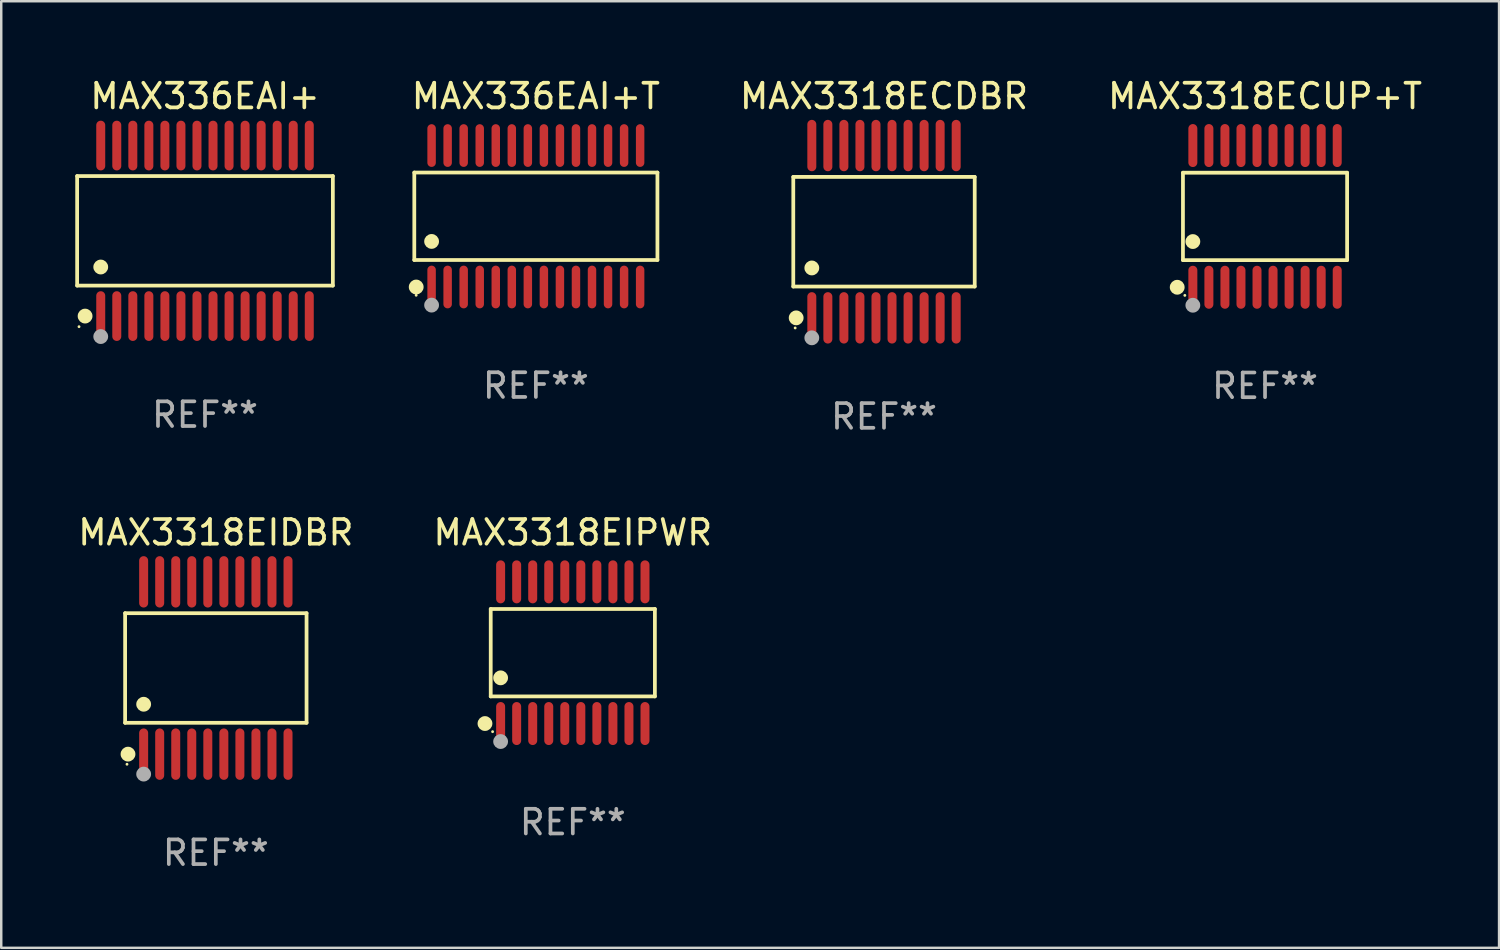
<source format=kicad_pcb>
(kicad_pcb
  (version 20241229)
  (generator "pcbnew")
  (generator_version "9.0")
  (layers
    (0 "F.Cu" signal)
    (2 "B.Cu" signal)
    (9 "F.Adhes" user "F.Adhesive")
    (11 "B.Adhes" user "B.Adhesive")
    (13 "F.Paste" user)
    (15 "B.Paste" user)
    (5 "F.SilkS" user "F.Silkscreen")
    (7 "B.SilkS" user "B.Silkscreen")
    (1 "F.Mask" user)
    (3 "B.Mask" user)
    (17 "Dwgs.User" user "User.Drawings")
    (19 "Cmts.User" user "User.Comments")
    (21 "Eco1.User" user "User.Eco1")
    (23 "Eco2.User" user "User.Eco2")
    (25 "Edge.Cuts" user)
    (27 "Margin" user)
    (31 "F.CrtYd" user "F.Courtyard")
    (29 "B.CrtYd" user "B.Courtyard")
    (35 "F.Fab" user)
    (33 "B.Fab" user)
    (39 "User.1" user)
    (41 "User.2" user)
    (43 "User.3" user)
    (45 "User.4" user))
  (footprint "MAX336EAI+"
    (layer "F.Cu")
    (at 5.257 6.303)
    (property "Reference" "MAX336EAI+" (at 0 -5.455 0) (layer "F.SilkS") (effects (font (size 1 1) (thickness 0.15))))
    (attr through_hole)
    (fp_line (start -5.181 -2.219) (end 5.181 -2.219) (stroke (width 0.152) (type solid)) (layer "F.SilkS"))
    (fp_line (start -5.181 2.219) (end -5.181 -2.219) (stroke (width 0.152) (type solid)) (layer "F.SilkS"))
    (fp_line (start 5.181 -2.219) (end 5.181 2.219) (stroke (width 0.152) (type solid)) (layer "F.SilkS"))
    (fp_line (start 5.181 2.219) (end -5.181 2.219) (stroke (width 0.152) (type solid)) (layer "F.SilkS"))
    (fp_circle (center -5.105 3.885) (end -5.075 3.885) (stroke (width 0.06) (type solid)) (fill no) (layer "F.SilkS"))
    (fp_circle (center -4.859 3.455) (end -4.709 3.455) (stroke (width 0.3) (type solid)) (fill no) (layer "F.SilkS"))
    (fp_circle (center -4.225 1.467) (end -4.075 1.467) (stroke (width 0.3) (type solid)) (fill no) (layer "F.SilkS"))
    (fp_circle (center -4.225 4.285) (end -4.075 4.285) (stroke (width 0.3) (type solid)) (fill no) (layer "F.Fab"))
    (fp_text user "REF**" (at 0 7.455 0) (layer "F.Fab") (effects (font (size 1 1) (thickness 0.15))))
    (pad "1" smd oval (at -4.225 3.455) (size 0.364 2.015) (layers "F.Cu" "F.Mask" "F.Paste"))
    (pad "2" smd oval (at -3.575 3.455) (size 0.364 2.015) (layers "F.Cu" "F.Mask" "F.Paste"))
    (pad "3" smd oval (at -2.925 3.455) (size 0.364 2.015) (layers "F.Cu" "F.Mask" "F.Paste"))
    (pad "4" smd oval (at -2.275 3.455) (size 0.364 2.015) (layers "F.Cu" "F.Mask" "F.Paste"))
    (pad "5" smd oval (at -1.625 3.455) (size 0.364 2.015) (layers "F.Cu" "F.Mask" "F.Paste"))
    (pad "6" smd oval (at -0.975 3.455) (size 0.364 2.015) (layers "F.Cu" "F.Mask" "F.Paste"))
    (pad "7" smd oval (at -0.325 3.455) (size 0.364 2.015) (layers "F.Cu" "F.Mask" "F.Paste"))
    (pad "8" smd oval (at 0.325 3.455) (size 0.364 2.015) (layers "F.Cu" "F.Mask" "F.Paste"))
    (pad "9" smd oval (at 0.975 3.455) (size 0.364 2.015) (layers "F.Cu" "F.Mask" "F.Paste"))
    (pad "10" smd oval (at 1.625 3.455) (size 0.364 2.015) (layers "F.Cu" "F.Mask" "F.Paste"))
    (pad "11" smd oval (at 2.275 3.455) (size 0.364 2.015) (layers "F.Cu" "F.Mask" "F.Paste"))
    (pad "12" smd oval (at 2.925 3.455) (size 0.364 2.015) (layers "F.Cu" "F.Mask" "F.Paste"))
    (pad "13" smd oval (at 3.575 3.455) (size 0.364 2.015) (layers "F.Cu" "F.Mask" "F.Paste"))
    (pad "14" smd oval (at 4.225 3.455) (size 0.364 2.015) (layers "F.Cu" "F.Mask" "F.Paste"))
    (pad "15" smd oval (at 4.225 -3.455) (size 0.364 2.015) (layers "F.Cu" "F.Mask" "F.Paste"))
    (pad "16" smd oval (at 3.575 -3.455) (size 0.364 2.015) (layers "F.Cu" "F.Mask" "F.Paste"))
    (pad "17" smd oval (at 2.925 -3.455) (size 0.364 2.015) (layers "F.Cu" "F.Mask" "F.Paste"))
    (pad "18" smd oval (at 2.275 -3.455) (size 0.364 2.015) (layers "F.Cu" "F.Mask" "F.Paste"))
    (pad "19" smd oval (at 1.625 -3.455) (size 0.364 2.015) (layers "F.Cu" "F.Mask" "F.Paste"))
    (pad "20" smd oval (at 0.975 -3.455) (size 0.364 2.015) (layers "F.Cu" "F.Mask" "F.Paste"))
    (pad "21" smd oval (at 0.325 -3.455) (size 0.364 2.015) (layers "F.Cu" "F.Mask" "F.Paste"))
    (pad "22" smd oval (at -0.325 -3.455) (size 0.364 2.015) (layers "F.Cu" "F.Mask" "F.Paste"))
    (pad "23" smd oval (at -0.975 -3.455) (size 0.364 2.015) (layers "F.Cu" "F.Mask" "F.Paste"))
    (pad "24" smd oval (at -1.625 -3.455) (size 0.364 2.015) (layers "F.Cu" "F.Mask" "F.Paste"))
    (pad "25" smd oval (at -2.275 -3.455) (size 0.364 2.015) (layers "F.Cu" "F.Mask" "F.Paste"))
    (pad "26" smd oval (at -2.925 -3.455) (size 0.364 2.015) (layers "F.Cu" "F.Mask" "F.Paste"))
    (pad "27" smd oval (at -3.575 -3.455) (size 0.364 2.015) (layers "F.Cu" "F.Mask" "F.Paste"))
    (pad "28" smd oval (at -4.225 -3.455) (size 0.364 2.015) (layers "F.Cu" "F.Mask" "F.Paste")))
  (footprint "MAX3318ECDBR"
    (layer "F.Cu")
    (at 32.771 6.339)
    (property "Reference" "MAX3318ECDBR" (at 0 -5.491 0) (layer "F.SilkS") (effects (font (size 1 1) (thickness 0.15))))
    (attr through_hole)
    (fp_line (start -3.676 -2.221) (end 3.676 -2.221) (stroke (width 0.152) (type solid)) (layer "F.SilkS"))
    (fp_line (start -3.676 2.221) (end -3.676 -2.221) (stroke (width 0.152) (type solid)) (layer "F.SilkS"))
    (fp_line (start 3.676 -2.221) (end 3.676 2.221) (stroke (width 0.152) (type solid)) (layer "F.SilkS"))
    (fp_line (start 3.676 2.221) (end -3.676 2.221) (stroke (width 0.152) (type solid)) (layer "F.SilkS"))
    (fp_circle (center -3.6 3.9) (end -3.57 3.9) (stroke (width 0.06) (type solid)) (fill no) (layer "F.SilkS"))
    (fp_circle (center -3.559 3.491) (end -3.409 3.491) (stroke (width 0.3) (type solid)) (fill no) (layer "F.SilkS"))
    (fp_circle (center -2.925 1.469) (end -2.775 1.469) (stroke (width 0.3) (type solid)) (fill no) (layer "F.SilkS"))
    (fp_circle (center -2.925 4.3) (end -2.775 4.3) (stroke (width 0.3) (type solid)) (fill no) (layer "F.Fab"))
    (fp_text user "REF**" (at 0 7.491 0) (layer "F.Fab") (effects (font (size 1 1) (thickness 0.15))))
    (pad "1" smd oval (at -2.925 3.491) (size 0.364 2.082) (layers "F.Cu" "F.Mask" "F.Paste"))
    (pad "2" smd oval (at -2.275 3.491) (size 0.364 2.082) (layers "F.Cu" "F.Mask" "F.Paste"))
    (pad "3" smd oval (at -1.625 3.491) (size 0.364 2.082) (layers "F.Cu" "F.Mask" "F.Paste"))
    (pad "4" smd oval (at -0.975 3.491) (size 0.364 2.082) (layers "F.Cu" "F.Mask" "F.Paste"))
    (pad "5" smd oval (at -0.325 3.491) (size 0.364 2.082) (layers "F.Cu" "F.Mask" "F.Paste"))
    (pad "6" smd oval (at 0.325 3.491) (size 0.364 2.082) (layers "F.Cu" "F.Mask" "F.Paste"))
    (pad "7" smd oval (at 0.975 3.491) (size 0.364 2.082) (layers "F.Cu" "F.Mask" "F.Paste"))
    (pad "8" smd oval (at 1.625 3.491) (size 0.364 2.082) (layers "F.Cu" "F.Mask" "F.Paste"))
    (pad "9" smd oval (at 2.275 3.491) (size 0.364 2.082) (layers "F.Cu" "F.Mask" "F.Paste"))
    (pad "10" smd oval (at 2.925 3.491) (size 0.364 2.082) (layers "F.Cu" "F.Mask" "F.Paste"))
    (pad "11" smd oval (at 2.925 -3.491) (size 0.364 2.082) (layers "F.Cu" "F.Mask" "F.Paste"))
    (pad "12" smd oval (at 2.275 -3.491) (size 0.364 2.082) (layers "F.Cu" "F.Mask" "F.Paste"))
    (pad "13" smd oval (at 1.625 -3.491) (size 0.364 2.082) (layers "F.Cu" "F.Mask" "F.Paste"))
    (pad "14" smd oval (at 0.975 -3.491) (size 0.364 2.082) (layers "F.Cu" "F.Mask" "F.Paste"))
    (pad "15" smd oval (at 0.325 -3.491) (size 0.364 2.082) (layers "F.Cu" "F.Mask" "F.Paste"))
    (pad "16" smd oval (at -0.325 -3.491) (size 0.364 2.082) (layers "F.Cu" "F.Mask" "F.Paste"))
    (pad "17" smd oval (at -0.975 -3.491) (size 0.364 2.082) (layers "F.Cu" "F.Mask" "F.Paste"))
    (pad "18" smd oval (at -1.625 -3.491) (size 0.364 2.082) (layers "F.Cu" "F.Mask" "F.Paste"))
    (pad "19" smd oval (at -2.275 -3.491) (size 0.364 2.082) (layers "F.Cu" "F.Mask" "F.Paste"))
    (pad "20" smd oval (at -2.925 -3.491) (size 0.364 2.082) (layers "F.Cu" "F.Mask" "F.Paste")))
  (footprint "MAX3318ECUP+T"
    (layer "F.Cu")
    (at 48.211 5.719)
    (property "Reference" "MAX3318ECUP+T" (at 0 -4.871 0) (layer "F.SilkS") (effects (font (size 1 1) (thickness 0.15))))
    (attr through_hole)
    (fp_line (start -3.326 -1.771) (end 3.326 -1.771) (stroke (width 0.152) (type solid)) (layer "F.SilkS"))
    (fp_line (start -3.326 1.771) (end -3.326 -1.771) (stroke (width 0.152) (type solid)) (layer "F.SilkS"))
    (fp_line (start 3.326 -1.771) (end 3.326 1.771) (stroke (width 0.152) (type solid)) (layer "F.SilkS"))
    (fp_line (start 3.326 1.771) (end -3.326 1.771) (stroke (width 0.152) (type solid)) (layer "F.SilkS"))
    (fp_circle (center -3.559 2.871) (end -3.409 2.871) (stroke (width 0.3) (type solid)) (fill no) (layer "F.SilkS"))
    (fp_circle (center -3.25 3.2) (end -3.22 3.2) (stroke (width 0.06) (type solid)) (fill no) (layer "F.SilkS"))
    (fp_circle (center -2.925 1.019) (end -2.775 1.019) (stroke (width 0.3) (type solid)) (fill no) (layer "F.SilkS"))
    (fp_circle (center -2.925 3.6) (end -2.775 3.6) (stroke (width 0.3) (type solid)) (fill no) (layer "F.Fab"))
    (fp_text user "REF**" (at 0 6.871 0) (layer "F.Fab") (effects (font (size 1 1) (thickness 0.15))))
    (pad "1" smd oval (at -2.925 2.871) (size 0.364 1.742) (layers "F.Cu" "F.Mask" "F.Paste"))
    (pad "2" smd oval (at -2.275 2.871) (size 0.364 1.742) (layers "F.Cu" "F.Mask" "F.Paste"))
    (pad "3" smd oval (at -1.625 2.871) (size 0.364 1.742) (layers "F.Cu" "F.Mask" "F.Paste"))
    (pad "4" smd oval (at -0.975 2.871) (size 0.364 1.742) (layers "F.Cu" "F.Mask" "F.Paste"))
    (pad "5" smd oval (at -0.325 2.871) (size 0.364 1.742) (layers "F.Cu" "F.Mask" "F.Paste"))
    (pad "6" smd oval (at 0.325 2.871) (size 0.364 1.742) (layers "F.Cu" "F.Mask" "F.Paste"))
    (pad "7" smd oval (at 0.975 2.871) (size 0.364 1.742) (layers "F.Cu" "F.Mask" "F.Paste"))
    (pad "8" smd oval (at 1.625 2.871) (size 0.364 1.742) (layers "F.Cu" "F.Mask" "F.Paste"))
    (pad "9" smd oval (at 2.275 2.871) (size 0.364 1.742) (layers "F.Cu" "F.Mask" "F.Paste"))
    (pad "10" smd oval (at 2.925 2.871) (size 0.364 1.742) (layers "F.Cu" "F.Mask" "F.Paste"))
    (pad "11" smd oval (at 2.925 -2.871) (size 0.364 1.742) (layers "F.Cu" "F.Mask" "F.Paste"))
    (pad "12" smd oval (at 2.275 -2.871) (size 0.364 1.742) (layers "F.Cu" "F.Mask" "F.Paste"))
    (pad "13" smd oval (at 1.625 -2.871) (size 0.364 1.742) (layers "F.Cu" "F.Mask" "F.Paste"))
    (pad "14" smd oval (at 0.975 -2.871) (size 0.364 1.742) (layers "F.Cu" "F.Mask" "F.Paste"))
    (pad "15" smd oval (at 0.325 -2.871) (size 0.364 1.742) (layers "F.Cu" "F.Mask" "F.Paste"))
    (pad "16" smd oval (at -0.325 -2.871) (size 0.364 1.742) (layers "F.Cu" "F.Mask" "F.Paste"))
    (pad "17" smd oval (at -0.975 -2.871) (size 0.364 1.742) (layers "F.Cu" "F.Mask" "F.Paste"))
    (pad "18" smd oval (at -1.625 -2.871) (size 0.364 1.742) (layers "F.Cu" "F.Mask" "F.Paste"))
    (pad "19" smd oval (at -2.275 -2.871) (size 0.364 1.742) (layers "F.Cu" "F.Mask" "F.Paste"))
    (pad "20" smd oval (at -2.925 -2.871) (size 0.364 1.742) (layers "F.Cu" "F.Mask" "F.Paste")))
  (footprint "MAX336EAI+T"
    (layer "F.Cu")
    (at 18.664 5.714)
    (property "Reference" "MAX336EAI+T" (at 0 -4.866 0) (layer "F.SilkS") (effects (font (size 1 1) (thickness 0.15))))
    (attr through_hole)
    (fp_line (start -4.926 -1.772) (end 4.926 -1.772) (stroke (width 0.152) (type solid)) (layer "F.SilkS"))
    (fp_line (start -4.926 1.771) (end -4.926 -1.772) (stroke (width 0.152) (type solid)) (layer "F.SilkS"))
    (fp_line (start 4.926 -1.772) (end 4.926 1.771) (stroke (width 0.152) (type solid)) (layer "F.SilkS"))
    (fp_line (start 4.926 1.771) (end -4.926 1.771) (stroke (width 0.152) (type solid)) (layer "F.SilkS"))
    (fp_circle (center -4.85 3.2) (end -4.82 3.2) (stroke (width 0.06) (type solid)) (fill no) (layer "F.SilkS"))
    (fp_circle (center -4.849 2.866) (end -4.699 2.866) (stroke (width 0.3) (type solid)) (fill no) (layer "F.SilkS"))
    (fp_circle (center -4.225 1.019) (end -4.075 1.019) (stroke (width 0.3) (type solid)) (fill no) (layer "F.SilkS"))
    (fp_circle (center -4.225 3.6) (end -4.075 3.6) (stroke (width 0.3) (type solid)) (fill no) (layer "F.Fab"))
    (fp_text user "REF**" (at 0 6.866 0) (layer "F.Fab") (effects (font (size 1 1) (thickness 0.15))))
    (pad "1" smd oval (at -4.225 2.866) (size 0.343 1.731) (layers "F.Cu" "F.Mask" "F.Paste"))
    (pad "2" smd oval (at -3.575 2.866) (size 0.343 1.731) (layers "F.Cu" "F.Mask" "F.Paste"))
    (pad "3" smd oval (at -2.925 2.866) (size 0.343 1.731) (layers "F.Cu" "F.Mask" "F.Paste"))
    (pad "4" smd oval (at -2.275 2.866) (size 0.343 1.731) (layers "F.Cu" "F.Mask" "F.Paste"))
    (pad "5" smd oval (at -1.625 2.866) (size 0.343 1.731) (layers "F.Cu" "F.Mask" "F.Paste"))
    (pad "6" smd oval (at -0.975 2.866) (size 0.343 1.731) (layers "F.Cu" "F.Mask" "F.Paste"))
    (pad "7" smd oval (at -0.325 2.866) (size 0.343 1.731) (layers "F.Cu" "F.Mask" "F.Paste"))
    (pad "8" smd oval (at 0.325 2.866) (size 0.343 1.731) (layers "F.Cu" "F.Mask" "F.Paste"))
    (pad "9" smd oval (at 0.975 2.866) (size 0.343 1.731) (layers "F.Cu" "F.Mask" "F.Paste"))
    (pad "10" smd oval (at 1.625 2.866) (size 0.343 1.731) (layers "F.Cu" "F.Mask" "F.Paste"))
    (pad "11" smd oval (at 2.275 2.866) (size 0.343 1.731) (layers "F.Cu" "F.Mask" "F.Paste"))
    (pad "12" smd oval (at 2.925 2.866) (size 0.343 1.731) (layers "F.Cu" "F.Mask" "F.Paste"))
    (pad "13" smd oval (at 3.575 2.866) (size 0.343 1.731) (layers "F.Cu" "F.Mask" "F.Paste"))
    (pad "14" smd oval (at 4.225 2.866) (size 0.343 1.731) (layers "F.Cu" "F.Mask" "F.Paste"))
    (pad "15" smd oval (at 4.225 -2.866) (size 0.343 1.731) (layers "F.Cu" "F.Mask" "F.Paste"))
    (pad "16" smd oval (at 3.575 -2.866) (size 0.343 1.731) (layers "F.Cu" "F.Mask" "F.Paste"))
    (pad "17" smd oval (at 2.925 -2.866) (size 0.343 1.731) (layers "F.Cu" "F.Mask" "F.Paste"))
    (pad "18" smd oval (at 2.275 -2.866) (size 0.343 1.731) (layers "F.Cu" "F.Mask" "F.Paste"))
    (pad "19" smd oval (at 1.625 -2.866) (size 0.343 1.731) (layers "F.Cu" "F.Mask" "F.Paste"))
    (pad "20" smd oval (at 0.975 -2.866) (size 0.343 1.731) (layers "F.Cu" "F.Mask" "F.Paste"))
    (pad "21" smd oval (at 0.325 -2.866) (size 0.343 1.731) (layers "F.Cu" "F.Mask" "F.Paste"))
    (pad "22" smd oval (at -0.325 -2.866) (size 0.343 1.731) (layers "F.Cu" "F.Mask" "F.Paste"))
    (pad "23" smd oval (at -0.975 -2.866) (size 0.343 1.731) (layers "F.Cu" "F.Mask" "F.Paste"))
    (pad "24" smd oval (at -1.625 -2.866) (size 0.343 1.731) (layers "F.Cu" "F.Mask" "F.Paste"))
    (pad "25" smd oval (at -2.275 -2.866) (size 0.343 1.731) (layers "F.Cu" "F.Mask" "F.Paste"))
    (pad "26" smd oval (at -2.925 -2.866) (size 0.343 1.731) (layers "F.Cu" "F.Mask" "F.Paste"))
    (pad "27" smd oval (at -3.575 -2.866) (size 0.343 1.731) (layers "F.Cu" "F.Mask" "F.Paste"))
    (pad "28" smd oval (at -4.225 -2.866) (size 0.343 1.731) (layers "F.Cu" "F.Mask" "F.Paste")))
  (footprint "MAX3318EIDBR"
    (layer "F.Cu")
    (at 5.696 24.018)
    (property "Reference" "MAX3318EIDBR" (at 0 -5.491 0) (layer "F.SilkS") (effects (font (size 1 1) (thickness 0.15))))
    (attr through_hole)
    (fp_line (start -3.676 -2.221) (end 3.676 -2.221) (stroke (width 0.152) (type solid)) (layer "F.SilkS"))
    (fp_line (start -3.676 2.221) (end -3.676 -2.221) (stroke (width 0.152) (type solid)) (layer "F.SilkS"))
    (fp_line (start 3.676 -2.221) (end 3.676 2.221) (stroke (width 0.152) (type solid)) (layer "F.SilkS"))
    (fp_line (start 3.676 2.221) (end -3.676 2.221) (stroke (width 0.152) (type solid)) (layer "F.SilkS"))
    (fp_circle (center -3.6 3.9) (end -3.57 3.9) (stroke (width 0.06) (type solid)) (fill no) (layer "F.SilkS"))
    (fp_circle (center -3.559 3.491) (end -3.409 3.491) (stroke (width 0.3) (type solid)) (fill no) (layer "F.SilkS"))
    (fp_circle (center -2.925 1.469) (end -2.775 1.469) (stroke (width 0.3) (type solid)) (fill no) (layer "F.SilkS"))
    (fp_circle (center -2.925 4.3) (end -2.775 4.3) (stroke (width 0.3) (type solid)) (fill no) (layer "F.Fab"))
    (fp_text user "REF**" (at 0 7.491 0) (layer "F.Fab") (effects (font (size 1 1) (thickness 0.15))))
    (pad "1" smd oval (at -2.925 3.491) (size 0.364 2.082) (layers "F.Cu" "F.Mask" "F.Paste"))
    (pad "2" smd oval (at -2.275 3.491) (size 0.364 2.082) (layers "F.Cu" "F.Mask" "F.Paste"))
    (pad "3" smd oval (at -1.625 3.491) (size 0.364 2.082) (layers "F.Cu" "F.Mask" "F.Paste"))
    (pad "4" smd oval (at -0.975 3.491) (size 0.364 2.082) (layers "F.Cu" "F.Mask" "F.Paste"))
    (pad "5" smd oval (at -0.325 3.491) (size 0.364 2.082) (layers "F.Cu" "F.Mask" "F.Paste"))
    (pad "6" smd oval (at 0.325 3.491) (size 0.364 2.082) (layers "F.Cu" "F.Mask" "F.Paste"))
    (pad "7" smd oval (at 0.975 3.491) (size 0.364 2.082) (layers "F.Cu" "F.Mask" "F.Paste"))
    (pad "8" smd oval (at 1.625 3.491) (size 0.364 2.082) (layers "F.Cu" "F.Mask" "F.Paste"))
    (pad "9" smd oval (at 2.275 3.491) (size 0.364 2.082) (layers "F.Cu" "F.Mask" "F.Paste"))
    (pad "10" smd oval (at 2.925 3.491) (size 0.364 2.082) (layers "F.Cu" "F.Mask" "F.Paste"))
    (pad "11" smd oval (at 2.925 -3.491) (size 0.364 2.082) (layers "F.Cu" "F.Mask" "F.Paste"))
    (pad "12" smd oval (at 2.275 -3.491) (size 0.364 2.082) (layers "F.Cu" "F.Mask" "F.Paste"))
    (pad "13" smd oval (at 1.625 -3.491) (size 0.364 2.082) (layers "F.Cu" "F.Mask" "F.Paste"))
    (pad "14" smd oval (at 0.975 -3.491) (size 0.364 2.082) (layers "F.Cu" "F.Mask" "F.Paste"))
    (pad "15" smd oval (at 0.325 -3.491) (size 0.364 2.082) (layers "F.Cu" "F.Mask" "F.Paste"))
    (pad "16" smd oval (at -0.325 -3.491) (size 0.364 2.082) (layers "F.Cu" "F.Mask" "F.Paste"))
    (pad "17" smd oval (at -0.975 -3.491) (size 0.364 2.082) (layers "F.Cu" "F.Mask" "F.Paste"))
    (pad "18" smd oval (at -1.625 -3.491) (size 0.364 2.082) (layers "F.Cu" "F.Mask" "F.Paste"))
    (pad "19" smd oval (at -2.275 -3.491) (size 0.364 2.082) (layers "F.Cu" "F.Mask" "F.Paste"))
    (pad "20" smd oval (at -2.925 -3.491) (size 0.364 2.082) (layers "F.Cu" "F.Mask" "F.Paste")))
  (footprint "MAX3318EIPWR"
    (layer "F.Cu")
    (at 20.161 23.398)
    (property "Reference" "MAX3318EIPWR" (at 0 -4.871 0) (layer "F.SilkS") (effects (font (size 1 1) (thickness 0.15))))
    (attr through_hole)
    (fp_line (start -3.326 -1.771) (end 3.326 -1.771) (stroke (width 0.152) (type solid)) (layer "F.SilkS"))
    (fp_line (start -3.326 1.771) (end -3.326 -1.771) (stroke (width 0.152) (type solid)) (layer "F.SilkS"))
    (fp_line (start 3.326 -1.771) (end 3.326 1.771) (stroke (width 0.152) (type solid)) (layer "F.SilkS"))
    (fp_line (start 3.326 1.771) (end -3.326 1.771) (stroke (width 0.152) (type solid)) (layer "F.SilkS"))
    (fp_circle (center -3.559 2.871) (end -3.409 2.871) (stroke (width 0.3) (type solid)) (fill no) (layer "F.SilkS"))
    (fp_circle (center -3.25 3.2) (end -3.22 3.2) (stroke (width 0.06) (type solid)) (fill no) (layer "F.SilkS"))
    (fp_circle (center -2.925 1.019) (end -2.775 1.019) (stroke (width 0.3) (type solid)) (fill no) (layer "F.SilkS"))
    (fp_circle (center -2.925 3.6) (end -2.775 3.6) (stroke (width 0.3) (type solid)) (fill no) (layer "F.Fab"))
    (fp_text user "REF**" (at 0 6.871 0) (layer "F.Fab") (effects (font (size 1 1) (thickness 0.15))))
    (pad "1" smd oval (at -2.925 2.871) (size 0.364 1.742) (layers "F.Cu" "F.Mask" "F.Paste"))
    (pad "2" smd oval (at -2.275 2.871) (size 0.364 1.742) (layers "F.Cu" "F.Mask" "F.Paste"))
    (pad "3" smd oval (at -1.625 2.871) (size 0.364 1.742) (layers "F.Cu" "F.Mask" "F.Paste"))
    (pad "4" smd oval (at -0.975 2.871) (size 0.364 1.742) (layers "F.Cu" "F.Mask" "F.Paste"))
    (pad "5" smd oval (at -0.325 2.871) (size 0.364 1.742) (layers "F.Cu" "F.Mask" "F.Paste"))
    (pad "6" smd oval (at 0.325 2.871) (size 0.364 1.742) (layers "F.Cu" "F.Mask" "F.Paste"))
    (pad "7" smd oval (at 0.975 2.871) (size 0.364 1.742) (layers "F.Cu" "F.Mask" "F.Paste"))
    (pad "8" smd oval (at 1.625 2.871) (size 0.364 1.742) (layers "F.Cu" "F.Mask" "F.Paste"))
    (pad "9" smd oval (at 2.275 2.871) (size 0.364 1.742) (layers "F.Cu" "F.Mask" "F.Paste"))
    (pad "10" smd oval (at 2.925 2.871) (size 0.364 1.742) (layers "F.Cu" "F.Mask" "F.Paste"))
    (pad "11" smd oval (at 2.925 -2.871) (size 0.364 1.742) (layers "F.Cu" "F.Mask" "F.Paste"))
    (pad "12" smd oval (at 2.275 -2.871) (size 0.364 1.742) (layers "F.Cu" "F.Mask" "F.Paste"))
    (pad "13" smd oval (at 1.625 -2.871) (size 0.364 1.742) (layers "F.Cu" "F.Mask" "F.Paste"))
    (pad "14" smd oval (at 0.975 -2.871) (size 0.364 1.742) (layers "F.Cu" "F.Mask" "F.Paste"))
    (pad "15" smd oval (at 0.325 -2.871) (size 0.364 1.742) (layers "F.Cu" "F.Mask" "F.Paste"))
    (pad "16" smd oval (at -0.325 -2.871) (size 0.364 1.742) (layers "F.Cu" "F.Mask" "F.Paste"))
    (pad "17" smd oval (at -0.975 -2.871) (size 0.364 1.742) (layers "F.Cu" "F.Mask" "F.Paste"))
    (pad "18" smd oval (at -1.625 -2.871) (size 0.364 1.742) (layers "F.Cu" "F.Mask" "F.Paste"))
    (pad "19" smd oval (at -2.275 -2.871) (size 0.364 1.742) (layers "F.Cu" "F.Mask" "F.Paste"))
    (pad "20" smd oval (at -2.925 -2.871) (size 0.364 1.742) (layers "F.Cu" "F.Mask" "F.Paste")))
  (gr_rect
    (start -3 -3)
    (end 57.694 35.357)
    (stroke (width 0.1) (type default))
    (fill no)
    (layer "Edge.Cuts")))
</source>
